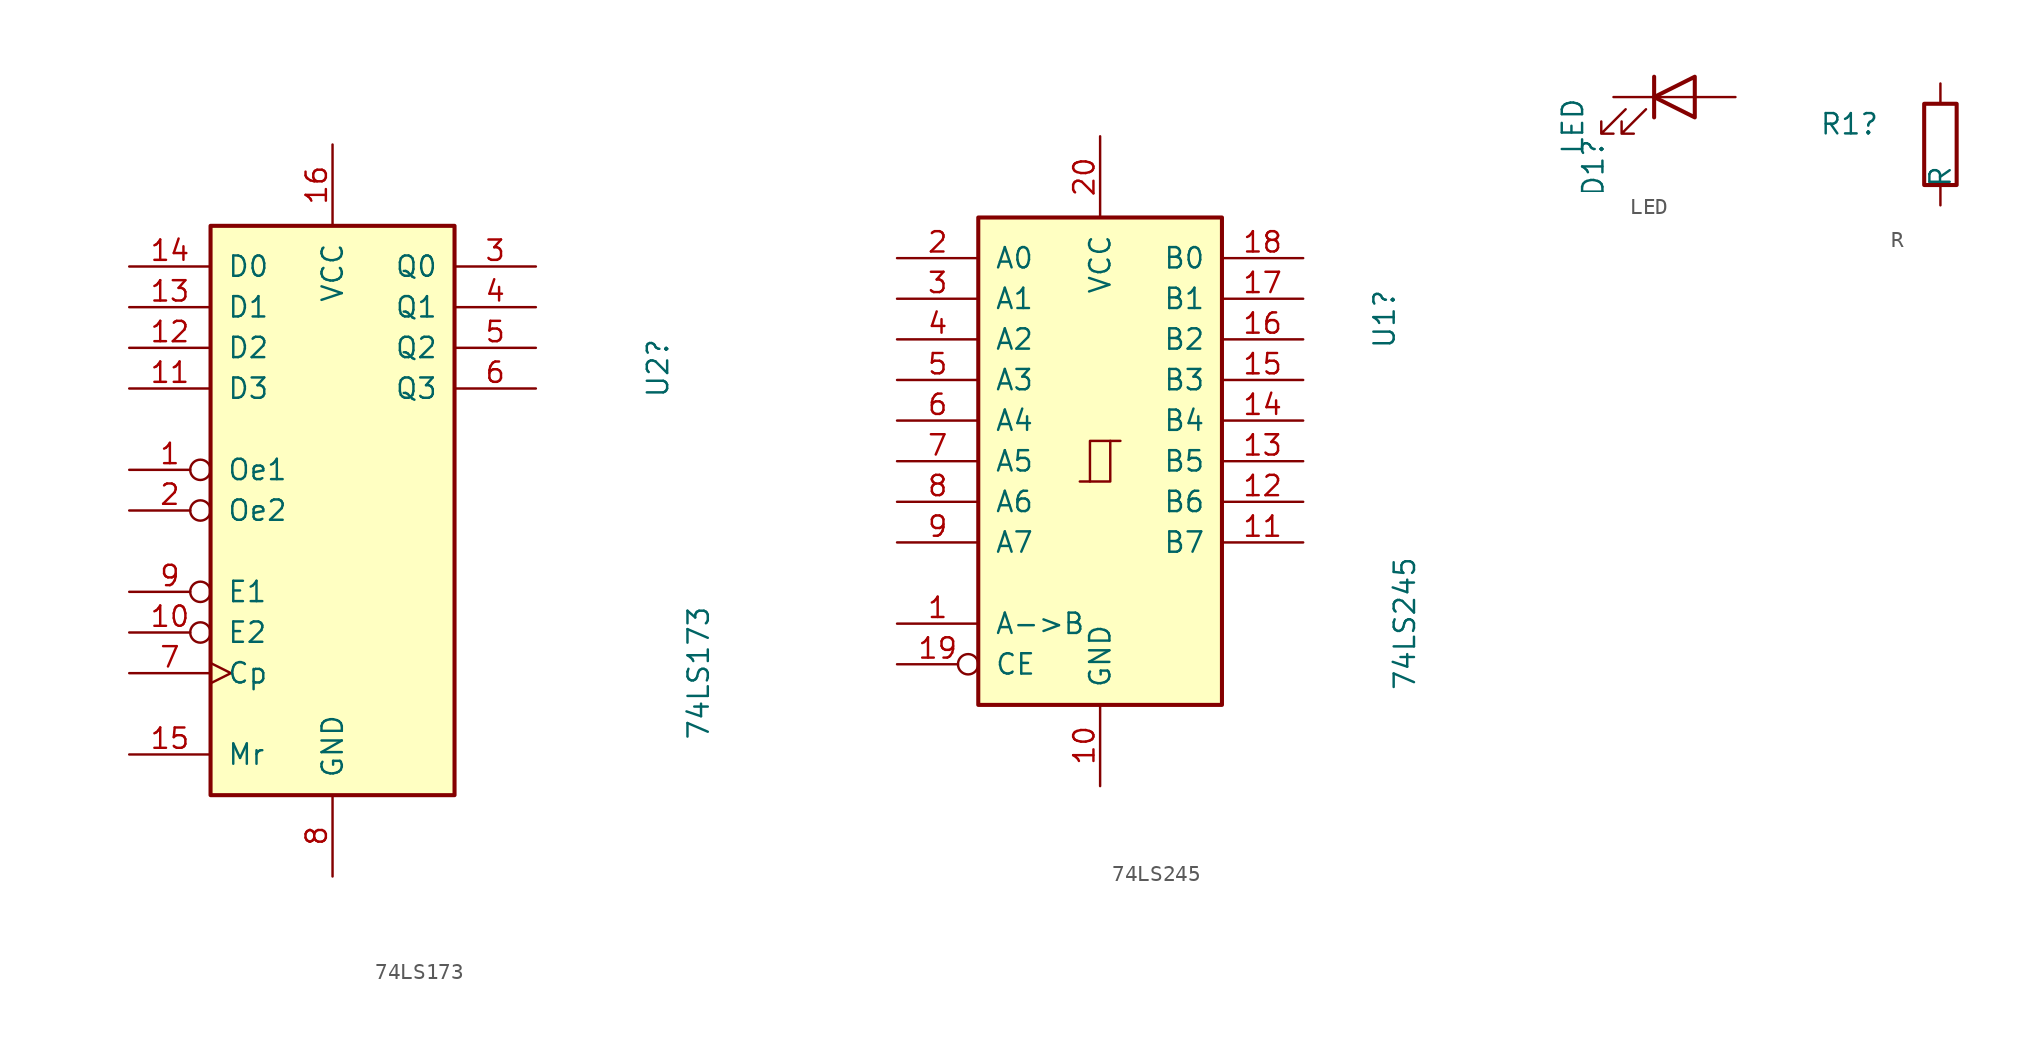
<source format=kicad_sym>
(kicad_symbol_lib
  (version 20211014)
  (generator kicad_symbol_editor)
  (symbol "74LS173"
    (pin_names
      (offset 1.016))
    (property "Reference" "U2"
      (at 20.32 8.89 90)
      (effects (font (size 1.27 1.27))))
    (property "Value" "74LS173"
      (at 22.86 -10.16 90)
      (effects (font (size 1.27 1.27))))
    (property "ki_locked" ""
      (at 0 0 0)
      (effects (font (size 1.27 1.27))))
    (symbol "74LS173_1_0"
      (pin input inverted (at -12.7 2.54 0) (length 5.08) (name "Oe1" (effects (font (size 1.27 1.27)))) (number "1" (effects (font (size 1.27 1.27)))))
      (pin input inverted (at -12.7 -7.62 0) (length 5.08) (name "E2" (effects (font (size 1.27 1.27)))) (number "10" (effects (font (size 1.27 1.27)))))
      (pin input line (at -12.7 7.62 0) (length 5.08) (name "D3" (effects (font (size 1.27 1.27)))) (number "11" (effects (font (size 1.27 1.27)))))
      (pin input line (at -12.7 10.16 0) (length 5.08) (name "D2" (effects (font (size 1.27 1.27)))) (number "12" (effects (font (size 1.27 1.27)))))
      (pin input line (at -12.7 12.7 0) (length 5.08) (name "D1" (effects (font (size 1.27 1.27)))) (number "13" (effects (font (size 1.27 1.27)))))
      (pin input line (at -12.7 15.24 0) (length 5.08) (name "D0" (effects (font (size 1.27 1.27)))) (number "14" (effects (font (size 1.27 1.27)))))
      (pin input line (at -12.7 -15.24 0) (length 5.08) (name "Mr" (effects (font (size 1.27 1.27)))) (number "15" (effects (font (size 1.27 1.27)))))
      (pin power_in line (at 0 22.86 270) (length 5.08) (name "VCC" (effects (font (size 1.27 1.27)))) (number "16" (effects (font (size 1.27 1.27)))))
      (pin input inverted (at -12.7 0 0) (length 5.08) (name "Oe2" (effects (font (size 1.27 1.27)))) (number "2" (effects (font (size 1.27 1.27)))))
      (pin tri_state line (at 12.7 15.24 180) (length 5.08) (name "Q0" (effects (font (size 1.27 1.27)))) (number "3" (effects (font (size 1.27 1.27)))))
      (pin tri_state line (at 12.7 12.7 180) (length 5.08) (name "Q1" (effects (font (size 1.27 1.27)))) (number "4" (effects (font (size 1.27 1.27)))))
      (pin tri_state line (at 12.7 10.16 180) (length 5.08) (name "Q2" (effects (font (size 1.27 1.27)))) (number "5" (effects (font (size 1.27 1.27)))))
      (pin tri_state line (at 12.7 7.62 180) (length 5.08) (name "Q3" (effects (font (size 1.27 1.27)))) (number "6" (effects (font (size 1.27 1.27)))))
      (pin input clock (at -12.7 -10.16 0) (length 5.08) (name "Cp" (effects (font (size 1.27 1.27)))) (number "7" (effects (font (size 1.27 1.27)))))
      (pin power_in line (at 0 -22.86 90) (length 5.08) (name "GND" (effects (font (size 1.27 1.27)))) (number "8" (effects (font (size 1.27 1.27)))))
      (pin input inverted (at -12.7 -5.08 0) (length 5.08) (name "E1" (effects (font (size 1.27 1.27)))) (number "9" (effects (font (size 1.27 1.27))))))
    (symbol "74LS173_1_1"
      (rectangle (start -7.62 17.78) (end 7.62 -17.78) (stroke (width 0.254) (type default) (color 0 0 0 0)) (fill (type background)))))
  (symbol "74LS245"
    (pin_names
      (offset 1.016))
    (property "Reference" "U1"
      (at 17.78 8.89 90)
      (effects (font (size 1.27 1.27))))
    (property "Value" "74LS245"
      (at 19.05 -10.16 90)
      (effects (font (size 1.27 1.27))))
    (property "ki_locked" ""
      (at 0 0 0)
      (effects (font (size 1.27 1.27))))
    (symbol "74LS245_1_0"
      (polyline (pts (xy -0.635 -1.27) (xy -0.635 1.27) (xy 0.635 1.27)) (stroke (width 0) (type default) (color 0 0 0 0)) (fill (type none)))
      (polyline (pts (xy -1.27 -1.27) (xy 0.635 -1.27) (xy 0.635 1.27) (xy 1.27 1.27)) (stroke (width 0) (type default) (color 0 0 0 0)) (fill (type none)))
      (pin input line (at -12.7 -10.16 0) (length 5.08) (name "A->B" (effects (font (size 1.27 1.27)))) (number "1" (effects (font (size 1.27 1.27)))))
      (pin power_in line (at 0 -20.32 90) (length 5.08) (name "GND" (effects (font (size 1.27 1.27)))) (number "10" (effects (font (size 1.27 1.27)))))
      (pin tri_state line (at 12.7 -5.08 180) (length 5.08) (name "B7" (effects (font (size 1.27 1.27)))) (number "11" (effects (font (size 1.27 1.27)))))
      (pin tri_state line (at 12.7 -2.54 180) (length 5.08) (name "B6" (effects (font (size 1.27 1.27)))) (number "12" (effects (font (size 1.27 1.27)))))
      (pin tri_state line (at 12.7 0 180) (length 5.08) (name "B5" (effects (font (size 1.27 1.27)))) (number "13" (effects (font (size 1.27 1.27)))))
      (pin tri_state line (at 12.7 2.54 180) (length 5.08) (name "B4" (effects (font (size 1.27 1.27)))) (number "14" (effects (font (size 1.27 1.27)))))
      (pin tri_state line (at 12.7 5.08 180) (length 5.08) (name "B3" (effects (font (size 1.27 1.27)))) (number "15" (effects (font (size 1.27 1.27)))))
      (pin tri_state line (at 12.7 7.62 180) (length 5.08) (name "B2" (effects (font (size 1.27 1.27)))) (number "16" (effects (font (size 1.27 1.27)))))
      (pin tri_state line (at 12.7 10.16 180) (length 5.08) (name "B1" (effects (font (size 1.27 1.27)))) (number "17" (effects (font (size 1.27 1.27)))))
      (pin tri_state line (at 12.7 12.7 180) (length 5.08) (name "B0" (effects (font (size 1.27 1.27)))) (number "18" (effects (font (size 1.27 1.27)))))
      (pin input inverted (at -12.7 -12.7 0) (length 5.08) (name "CE" (effects (font (size 1.27 1.27)))) (number "19" (effects (font (size 1.27 1.27)))))
      (pin tri_state line (at -12.7 12.7 0) (length 5.08) (name "A0" (effects (font (size 1.27 1.27)))) (number "2" (effects (font (size 1.27 1.27)))))
      (pin power_in line (at 0 20.32 270) (length 5.08) (name "VCC" (effects (font (size 1.27 1.27)))) (number "20" (effects (font (size 1.27 1.27)))))
      (pin tri_state line (at -12.7 10.16 0) (length 5.08) (name "A1" (effects (font (size 1.27 1.27)))) (number "3" (effects (font (size 1.27 1.27)))))
      (pin tri_state line (at -12.7 7.62 0) (length 5.08) (name "A2" (effects (font (size 1.27 1.27)))) (number "4" (effects (font (size 1.27 1.27)))))
      (pin tri_state line (at -12.7 5.08 0) (length 5.08) (name "A3" (effects (font (size 1.27 1.27)))) (number "5" (effects (font (size 1.27 1.27)))))
      (pin tri_state line (at -12.7 2.54 0) (length 5.08) (name "A4" (effects (font (size 1.27 1.27)))) (number "6" (effects (font (size 1.27 1.27)))))
      (pin tri_state line (at -12.7 0 0) (length 5.08) (name "A5" (effects (font (size 1.27 1.27)))) (number "7" (effects (font (size 1.27 1.27)))))
      (pin tri_state line (at -12.7 -2.54 0) (length 5.08) (name "A6" (effects (font (size 1.27 1.27)))) (number "8" (effects (font (size 1.27 1.27)))))
      (pin tri_state line (at -12.7 -5.08 0) (length 5.08) (name "A7" (effects (font (size 1.27 1.27)))) (number "9" (effects (font (size 1.27 1.27))))))
    (symbol "74LS245_1_1"
      (rectangle (start -7.62 15.24) (end 7.62 -15.24) (stroke (width 0.254) (type default) (color 0 0 0 0)) (fill (type background)))))
  (symbol "LED"
    (pin_numbers hide)
    (pin_names
      (offset 1.016) hide)
    (property "Reference" "D1"
      (at -5.08 -2.54 90)
      (effects (font (size 1.27 1.27)) (justify right)))
    (property "Value" "LED"
      (at -6.35 0 90)
      (effects (font (size 1.27 1.27)) (justify right)))
    (symbol "LED_0_1"
      (polyline (pts (xy -1.27 -1.27) (xy -1.27 1.27)) (stroke (width 0.254) (type default) (color 0 0 0 0)) (fill (type none)))
      (polyline (pts (xy -1.27 0) (xy 1.27 0)) (stroke (width 0) (type default) (color 0 0 0 0)) (fill (type none)))
      (polyline (pts (xy 1.27 -1.27) (xy 1.27 1.27) (xy -1.27 0) (xy 1.27 -1.27)) (stroke (width 0.254) (type default) (color 0 0 0 0)) (fill (type none)))
      (polyline (pts (xy -3.048 -0.762) (xy -4.572 -2.286) (xy -3.81 -2.286) (xy -4.572 -2.286) (xy -4.572 -1.524)) (stroke (width 0) (type default) (color 0 0 0 0)) (fill (type none)))
      (polyline (pts (xy -1.778 -0.762) (xy -3.302 -2.286) (xy -2.54 -2.286) (xy -3.302 -2.286) (xy -3.302 -1.524)) (stroke (width 0) (type default) (color 0 0 0 0)) (fill (type none))))
    (symbol "LED_1_1"
      (pin passive line (at -3.81 0 0) (length 2.54) (name "K" (effects (font (size 1.27 1.27)))) (number "1" (effects (font (size 1.27 1.27)))))
      (pin passive line (at 3.81 0 180) (length 2.54) (name "A" (effects (font (size 1.27 1.27)))) (number "2" (effects (font (size 1.27 1.27)))))))
  (symbol "R"
    (pin_numbers hide)
    (pin_names
      (offset 0))
    (property "Reference" "R1"
      (at -3.81 1.27 0)
      (effects (font (size 1.27 1.27)) (justify right)))
    (property "Value" "R"
      (at 0 -1.27 90)
      (effects (font (size 1.27 1.27)) (justify right)))
    (symbol "R_0_1"
      (rectangle (start -1.016 -2.54) (end 1.016 2.54) (stroke (width 0.254) (type default) (color 0 0 0 0)) (fill (type none))))
    (symbol "R_1_1"
      (pin passive line (at 0 3.81 270) (length 1.27) (name "~" (effects (font (size 1.27 1.27)))) (number "1" (effects (font (size 1.27 1.27)))))
      (pin passive line (at 0 -3.81 90) (length 1.27) (name "~" (effects (font (size 1.27 1.27)))) (number "2" (effects (font (size 1.27 1.27))))))))
</source>
